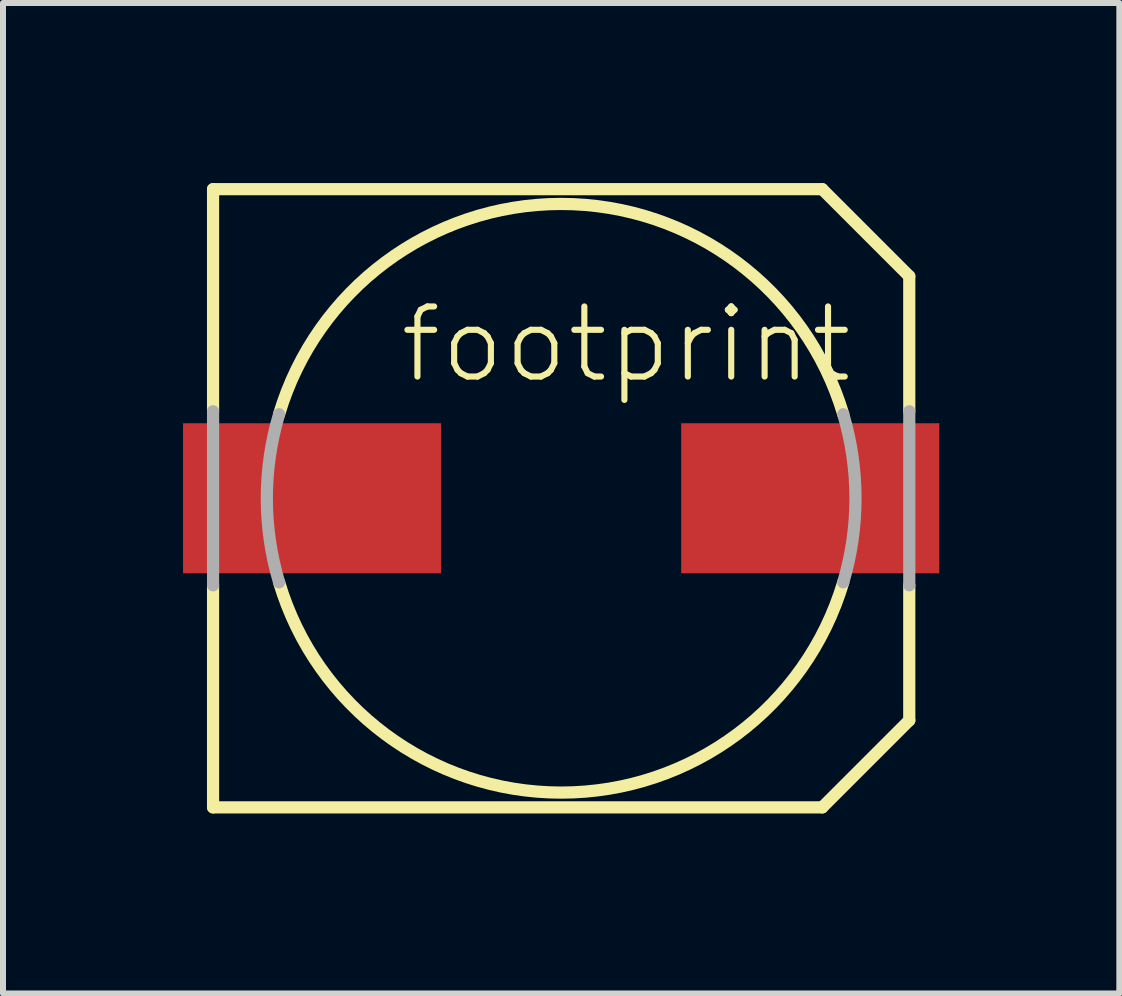
<source format=kicad_pcb>
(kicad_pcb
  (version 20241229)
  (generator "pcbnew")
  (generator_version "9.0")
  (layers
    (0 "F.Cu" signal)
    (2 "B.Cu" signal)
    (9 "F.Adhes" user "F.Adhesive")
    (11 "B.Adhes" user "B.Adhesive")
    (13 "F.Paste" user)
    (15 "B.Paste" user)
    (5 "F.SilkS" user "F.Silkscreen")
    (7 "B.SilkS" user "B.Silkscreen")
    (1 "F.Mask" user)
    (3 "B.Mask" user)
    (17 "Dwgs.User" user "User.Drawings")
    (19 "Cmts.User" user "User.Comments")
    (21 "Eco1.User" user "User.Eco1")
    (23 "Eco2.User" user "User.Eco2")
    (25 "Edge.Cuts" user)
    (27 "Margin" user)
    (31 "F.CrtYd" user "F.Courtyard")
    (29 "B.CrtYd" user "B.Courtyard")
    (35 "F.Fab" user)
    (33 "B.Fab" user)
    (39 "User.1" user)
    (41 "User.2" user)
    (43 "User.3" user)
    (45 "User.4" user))
  (footprint "footprint"
    (layer "F.Cu")
    (at 6.3 5.252)
    (property "Reference" "footprint" (at -2.74 -1.88 0) (layer "F.SilkS") (effects (font (size 1.168 1.168) (thickness 0.102)) (justify left bottom)))
    (fp_line (start -5.8 -5.15) (end 4.35 -5.15) (stroke (width 0.203) (type solid)) (layer "F.SilkS"))
    (fp_line (start -5.8 -1.45) (end -5.8 -5.15) (stroke (width 0.203) (type solid)) (layer "F.SilkS"))
    (fp_line (start -5.8 5.15) (end -5.8 1.45) (stroke (width 0.203) (type solid)) (layer "F.SilkS"))
    (fp_line (start 4.35 5.15) (end -5.8 5.15) (stroke (width 0.203) (type solid)) (layer "F.SilkS"))
    (fp_line (start 5.8 -3.7) (end 4.35 -5.15) (stroke (width 0.203) (type solid)) (layer "F.SilkS"))
    (fp_line (start 5.8 -3.7) (end 5.8 -1.45) (stroke (width 0.203) (type solid)) (layer "F.SilkS"))
    (fp_line (start 5.8 1.45) (end 5.8 3.7) (stroke (width 0.203) (type solid)) (layer "F.SilkS"))
    (fp_line (start 5.8 3.7) (end 4.35 5.15) (stroke (width 0.203) (type solid)) (layer "F.SilkS"))
    (fp_arc (start -4.7 -1.4) (mid 0 -4.90408) (end 4.7 -1.4) (stroke (width 0.2032) (type solid)) (layer "F.SilkS"))
    (fp_arc (start 4.7 1.4) (mid 0 4.90408) (end -4.7 1.4) (stroke (width 0.2032) (type solid)) (layer "F.SilkS"))
    (fp_line (start -5.8 1.45) (end -5.8 -1.45) (stroke (width 0.203) (type solid)) (layer "F.Fab"))
    (fp_line (start 5.8 -1.45) (end 5.8 1.45) (stroke (width 0.203) (type solid)) (layer "F.Fab"))
    (fp_arc (start -4.7 1.4) (mid -4.90408 0) (end -4.7 -1.4) (stroke (width 0.2032) (type solid)) (layer "F.Fab"))
    (fp_arc (start 4.7 -1.4) (mid 4.90408 0) (end 4.7 1.4) (stroke (width 0.2032) (type solid)) (layer "F.Fab"))
    (pad "+" smd rect (at 4.15 0) (size 4.3 2.5) (layers "F.Cu" "F.Mask" "F.Paste"))
    (pad "-" smd rect (at -4.15 0) (size 4.3 2.5) (layers "F.Cu" "F.Mask" "F.Paste")))
  (gr_rect
    (start -3 -3)
    (end 15.6 13.503)
    (stroke (width 0.1) (type default))
    (fill no)
    (layer "Edge.Cuts")))
</source>
